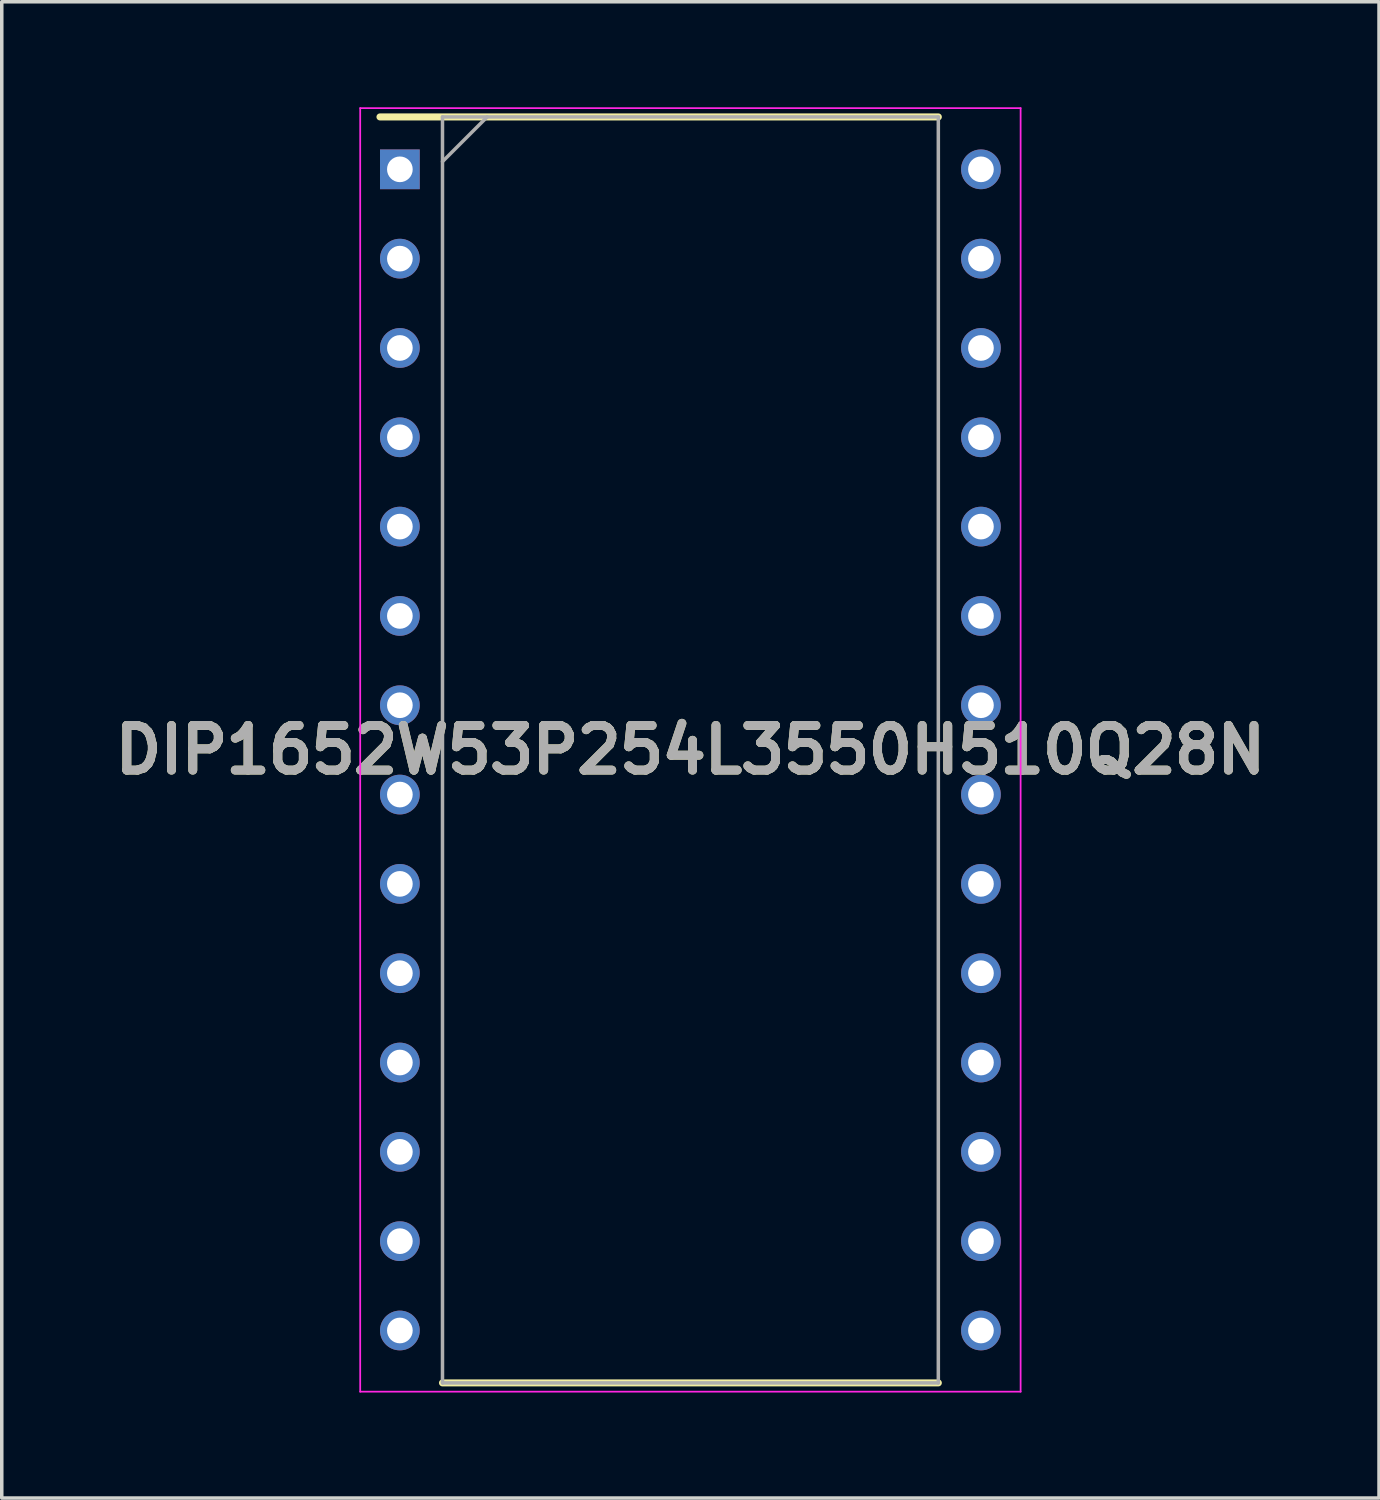
<source format=kicad_pcb>
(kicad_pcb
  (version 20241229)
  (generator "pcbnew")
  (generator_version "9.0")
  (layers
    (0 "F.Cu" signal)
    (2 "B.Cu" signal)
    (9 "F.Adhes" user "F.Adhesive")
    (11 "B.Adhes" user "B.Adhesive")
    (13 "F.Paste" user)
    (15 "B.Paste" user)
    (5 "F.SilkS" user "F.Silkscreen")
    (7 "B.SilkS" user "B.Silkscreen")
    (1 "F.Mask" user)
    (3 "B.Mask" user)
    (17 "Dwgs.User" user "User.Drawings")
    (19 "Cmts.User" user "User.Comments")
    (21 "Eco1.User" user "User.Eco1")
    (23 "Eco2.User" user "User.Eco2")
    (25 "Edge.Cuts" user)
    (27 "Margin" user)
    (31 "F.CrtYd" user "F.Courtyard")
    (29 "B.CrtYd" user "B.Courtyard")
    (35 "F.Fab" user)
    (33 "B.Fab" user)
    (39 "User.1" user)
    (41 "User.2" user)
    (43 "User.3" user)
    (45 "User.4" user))
  (footprint "DIP1652W53P254L3550H510Q28N"
    (layer "F.Cu")
    (at 16.583 18.275)
    (property "Reference" "DIP1652W53P254L3550H510Q28N" (at 0 0 0) (layer "F.SilkS") (effects (font (size 1.27 1.27) (thickness 0.254))))
    (attr through_hole)
    (fp_line (start -8.828 -18) (end 7.05 -18) (stroke (width 0.2) (type solid)) (layer "F.SilkS"))
    (fp_line (start -7.05 18) (end 7.05 18) (stroke (width 0.2) (type solid)) (layer "F.SilkS"))
    (fp_line (start -9.39 -18.25) (end 9.39 -18.25) (stroke (width 0.05) (type solid)) (layer "F.CrtYd"))
    (fp_line (start -9.39 18.25) (end -9.39 -18.25) (stroke (width 0.05) (type solid)) (layer "F.CrtYd"))
    (fp_line (start 9.39 -18.25) (end 9.39 18.25) (stroke (width 0.05) (type solid)) (layer "F.CrtYd"))
    (fp_line (start 9.39 18.25) (end -9.39 18.25) (stroke (width 0.05) (type solid)) (layer "F.CrtYd"))
    (fp_line (start -7.05 -18) (end 7.05 -18) (stroke (width 0.1) (type solid)) (layer "F.Fab"))
    (fp_line (start -7.05 -16.73) (end -5.78 -18) (stroke (width 0.1) (type solid)) (layer "F.Fab"))
    (fp_line (start -7.05 18) (end -7.05 -18) (stroke (width 0.1) (type solid)) (layer "F.Fab"))
    (fp_line (start 7.05 -18) (end 7.05 18) (stroke (width 0.1) (type solid)) (layer "F.Fab"))
    (fp_line (start 7.05 18) (end -7.05 18) (stroke (width 0.1) (type solid)) (layer "F.Fab"))
    (fp_text user "${REFERENCE}" (at 0 0 0) (layer "F.Fab") (effects (font (size 1.27 1.27) (thickness 0.254))))
    (pad "1" thru_hole rect (at -8.262 -16.51) (size 1.13 1.13) (drill 0.73) (layers "*.Cu" "*.Mask"))
    (pad "2" thru_hole circle (at -8.262 -13.97) (size 1.13 1.13) (drill 0.73) (layers "*.Cu" "*.Mask"))
    (pad "3" thru_hole circle (at -8.262 -11.43) (size 1.13 1.13) (drill 0.73) (layers "*.Cu" "*.Mask"))
    (pad "4" thru_hole circle (at -8.262 -8.89) (size 1.13 1.13) (drill 0.73) (layers "*.Cu" "*.Mask"))
    (pad "5" thru_hole circle (at -8.262 -6.35) (size 1.13 1.13) (drill 0.73) (layers "*.Cu" "*.Mask"))
    (pad "6" thru_hole circle (at -8.262 -3.81) (size 1.13 1.13) (drill 0.73) (layers "*.Cu" "*.Mask"))
    (pad "7" thru_hole circle (at -8.262 -1.27) (size 1.13 1.13) (drill 0.73) (layers "*.Cu" "*.Mask"))
    (pad "8" thru_hole circle (at -8.262 1.27) (size 1.13 1.13) (drill 0.73) (layers "*.Cu" "*.Mask"))
    (pad "9" thru_hole circle (at -8.262 3.81) (size 1.13 1.13) (drill 0.73) (layers "*.Cu" "*.Mask"))
    (pad "10" thru_hole circle (at -8.262 6.35) (size 1.13 1.13) (drill 0.73) (layers "*.Cu" "*.Mask"))
    (pad "11" thru_hole circle (at -8.262 8.89) (size 1.13 1.13) (drill 0.73) (layers "*.Cu" "*.Mask"))
    (pad "12" thru_hole circle (at -8.262 11.43) (size 1.13 1.13) (drill 0.73) (layers "*.Cu" "*.Mask"))
    (pad "13" thru_hole circle (at -8.262 13.97) (size 1.13 1.13) (drill 0.73) (layers "*.Cu" "*.Mask"))
    (pad "14" thru_hole circle (at -8.262 16.51) (size 1.13 1.13) (drill 0.73) (layers "*.Cu" "*.Mask"))
    (pad "15" thru_hole circle (at 8.262 16.51) (size 1.13 1.13) (drill 0.73) (layers "*.Cu" "*.Mask"))
    (pad "16" thru_hole circle (at 8.262 13.97) (size 1.13 1.13) (drill 0.73) (layers "*.Cu" "*.Mask"))
    (pad "17" thru_hole circle (at 8.262 11.43) (size 1.13 1.13) (drill 0.73) (layers "*.Cu" "*.Mask"))
    (pad "18" thru_hole circle (at 8.262 8.89) (size 1.13 1.13) (drill 0.73) (layers "*.Cu" "*.Mask"))
    (pad "19" thru_hole circle (at 8.262 6.35) (size 1.13 1.13) (drill 0.73) (layers "*.Cu" "*.Mask"))
    (pad "20" thru_hole circle (at 8.262 3.81) (size 1.13 1.13) (drill 0.73) (layers "*.Cu" "*.Mask"))
    (pad "21" thru_hole circle (at 8.262 1.27) (size 1.13 1.13) (drill 0.73) (layers "*.Cu" "*.Mask"))
    (pad "22" thru_hole circle (at 8.262 -1.27) (size 1.13 1.13) (drill 0.73) (layers "*.Cu" "*.Mask"))
    (pad "23" thru_hole circle (at 8.262 -3.81) (size 1.13 1.13) (drill 0.73) (layers "*.Cu" "*.Mask"))
    (pad "24" thru_hole circle (at 8.262 -6.35) (size 1.13 1.13) (drill 0.73) (layers "*.Cu" "*.Mask"))
    (pad "25" thru_hole circle (at 8.262 -8.89) (size 1.13 1.13) (drill 0.73) (layers "*.Cu" "*.Mask"))
    (pad "26" thru_hole circle (at 8.262 -11.43) (size 1.13 1.13) (drill 0.73) (layers "*.Cu" "*.Mask"))
    (pad "27" thru_hole circle (at 8.262 -13.97) (size 1.13 1.13) (drill 0.73) (layers "*.Cu" "*.Mask"))
    (pad "28" thru_hole circle (at 8.262 -16.51) (size 1.13 1.13) (drill 0.73) (layers "*.Cu" "*.Mask")))
  (gr_rect
    (start -3 -3)
    (end 36.165 39.55)
    (stroke (width 0.1) (type default))
    (fill no)
    (layer "Edge.Cuts")))
</source>
